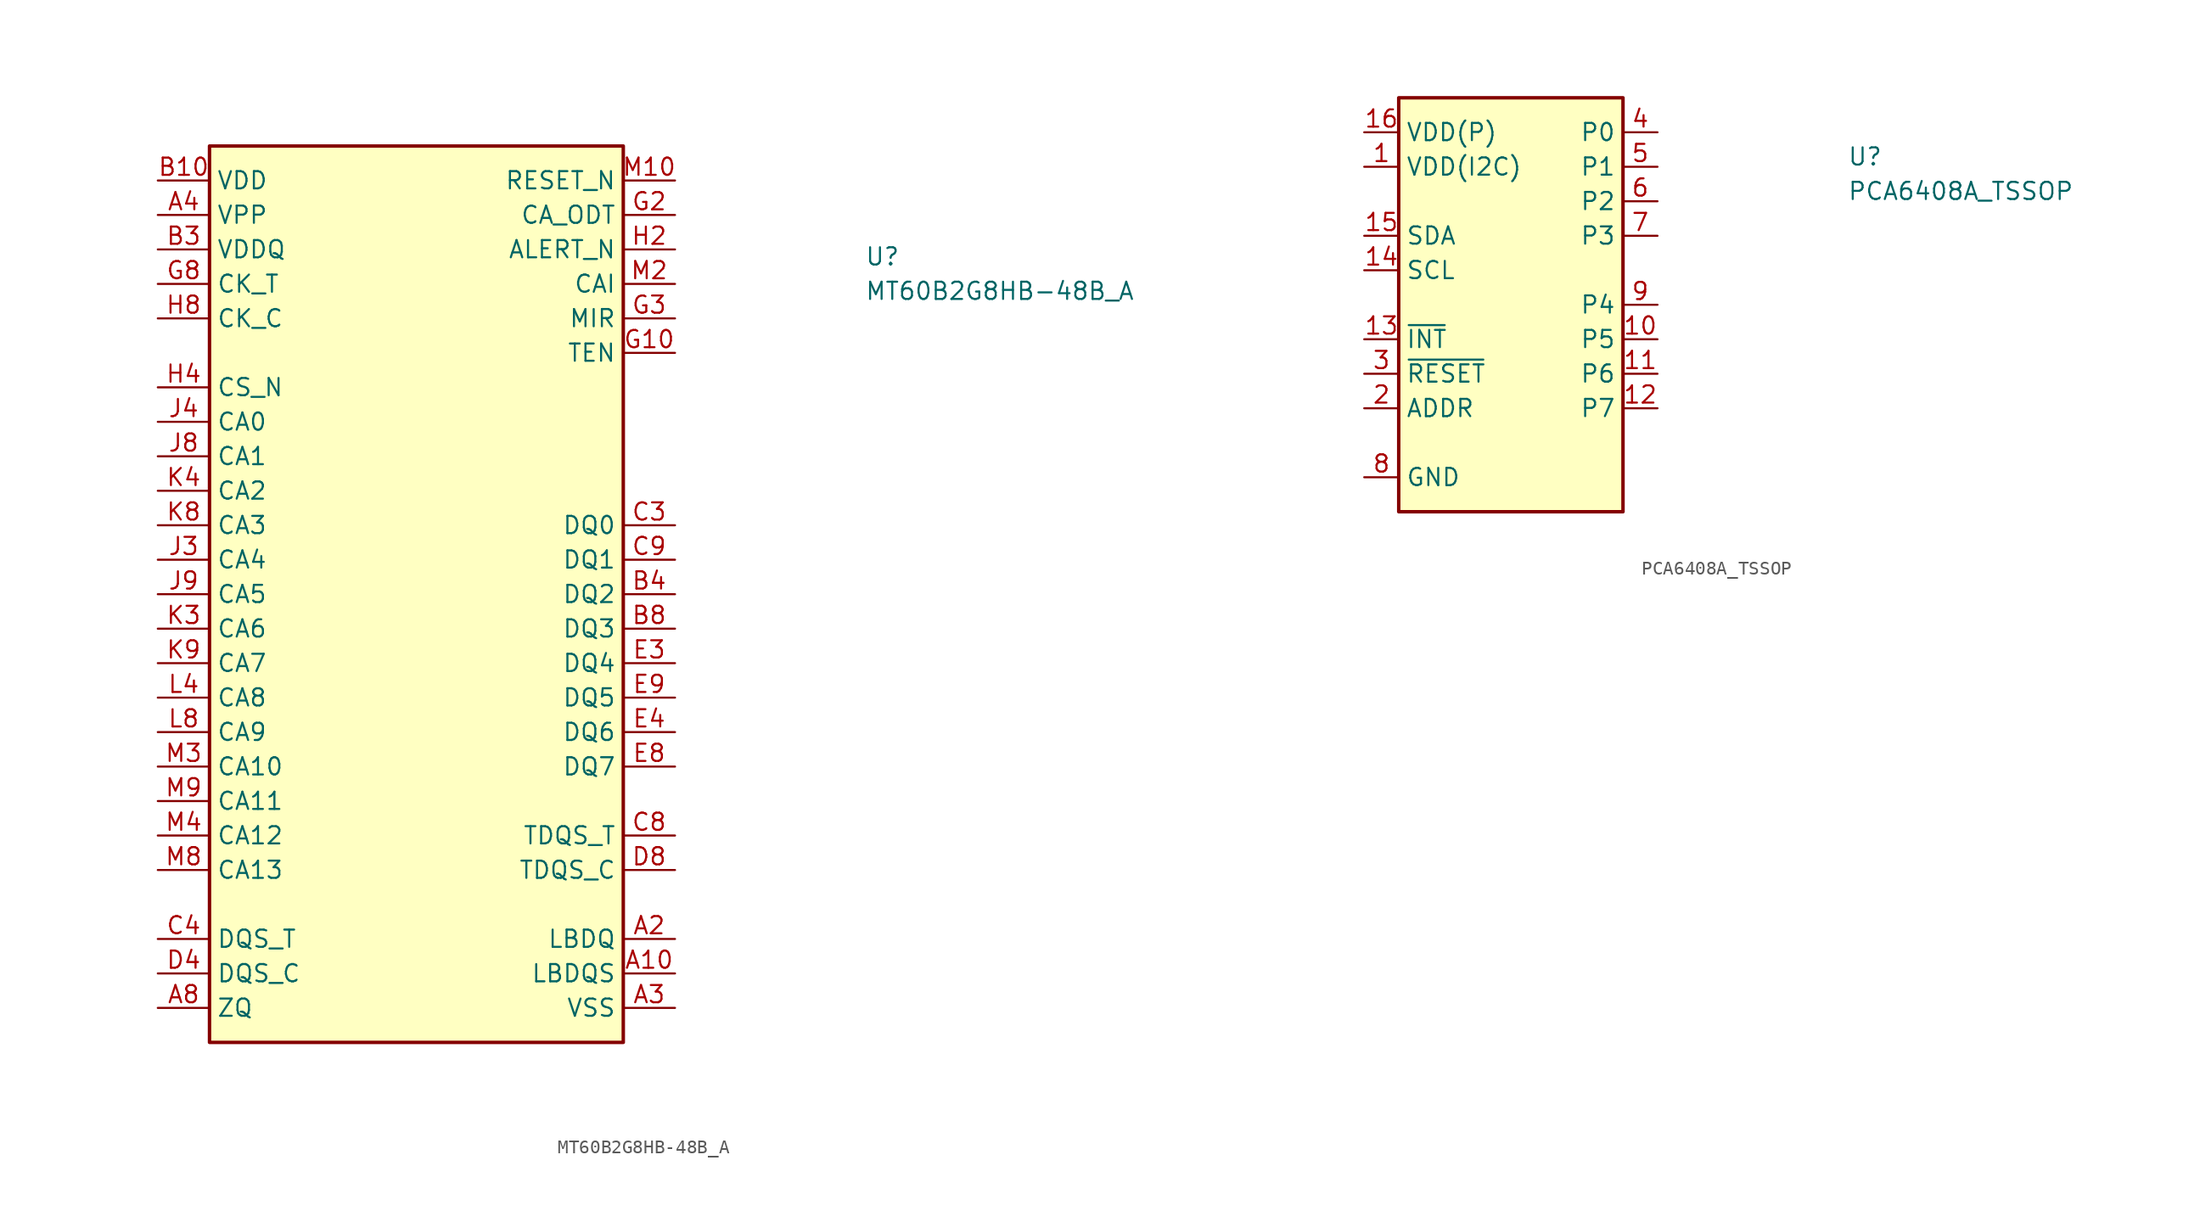
<source format=kicad_sym>
(kicad_symbol_lib
  (version 20211014)
  (generator kicad_symbol_editor)
  (symbol "MT60B2G8HB-48B_A"
    (property "Reference" "U"
      (at 52.07 -6.35 0)
      (effects (font (size 1.27 1.27) (thickness 0.15)) (justify left bottom)))
    (property "Value" "MT60B2G8HB-48B_A"
      (at 52.07 -8.89 0)
      (effects (font (size 1.27 1.27) (thickness 0.15)) (justify left bottom)))
    (symbol "MT60B2G8HB-48B_A_1_1"
      (rectangle (start 3.81 -63.5) (end 34.29 2.54) (stroke (width 0.254) (type default) (color 0 0 0 0)) (fill (type background)))
      (pin no_connect line (at 34.29 -22.86 180) (length 3.81) hide (name "DNU" (effects (font (size 1.27 1.27)))) (number "A1" (effects (font (size 1.27 1.27)))))
      (pin input line (at 38.1 -58.42 180) (length 3.81) (name "LBDQS" (effects (font (size 1.27 1.27)))) (number "A10" (effects (font (size 1.27 1.27)))))
      (pin no_connect line (at 34.29 -20.32 180) (length 3.81) hide (name "DNU" (effects (font (size 1.27 1.27)))) (number "A11" (effects (font (size 1.27 1.27)))))
      (pin input line (at 38.1 -55.88 180) (length 3.81) (name "LBDQ" (effects (font (size 1.27 1.27)))) (number "A2" (effects (font (size 1.27 1.27)))))
      (pin passive line (at 38.1 -60.96 180) (length 3.81) (name "VSS" (effects (font (size 1.27 1.27)))) (number "A3" (effects (font (size 1.27 1.27)))))
      (pin power_in line (at 0 -2.54 0) (length 3.81) (name "VPP" (effects (font (size 1.27 1.27)))) (number "A4" (effects (font (size 1.27 1.27)))))
      (pin input line (at 0 -60.96 0) (length 3.81) (name "ZQ" (effects (font (size 1.27 1.27)))) (number "A8" (effects (font (size 1.27 1.27)))))
      (pin passive line (at 38.1 -60.96 180) (length 3.81) hide (name "VSS" (effects (font (size 1.27 1.27)))) (number "A9" (effects (font (size 1.27 1.27)))))
      (pin power_in line (at 0 0 0) (length 3.81) (name "VDD" (effects (font (size 1.27 1.27)))) (number "B10" (effects (font (size 1.27 1.27)))))
      (pin power_in line (at 0 0 0) (length 3.81) hide (name "VDD" (effects (font (size 1.27 1.27)))) (number "B2" (effects (font (size 1.27 1.27)))))
      (pin power_in line (at 0 -5.08 0) (length 3.81) (name "VDDQ" (effects (font (size 1.27 1.27)))) (number "B3" (effects (font (size 1.27 1.27)))))
      (pin bidirectional line (at 38.1 -30.48 180) (length 3.81) (name "DQ2" (effects (font (size 1.27 1.27)))) (number "B4" (effects (font (size 1.27 1.27)))))
      (pin bidirectional line (at 38.1 -33.02 180) (length 3.81) (name "DQ3" (effects (font (size 1.27 1.27)))) (number "B8" (effects (font (size 1.27 1.27)))))
      (pin power_in line (at 0 -5.08 0) (length 3.81) hide (name "VDDQ" (effects (font (size 1.27 1.27)))) (number "B9" (effects (font (size 1.27 1.27)))))
      (pin passive line (at 38.1 -60.96 180) (length 3.81) hide (name "VSS" (effects (font (size 1.27 1.27)))) (number "C10" (effects (font (size 1.27 1.27)))))
      (pin passive line (at 38.1 -60.96 180) (length 3.81) hide (name "VSS" (effects (font (size 1.27 1.27)))) (number "C2" (effects (font (size 1.27 1.27)))))
      (pin bidirectional line (at 38.1 -25.4 180) (length 3.81) (name "DQ0" (effects (font (size 1.27 1.27)))) (number "C3" (effects (font (size 1.27 1.27)))))
      (pin bidirectional line (at 0 -55.88 0) (length 3.81) (name "DQS_T" (effects (font (size 1.27 1.27)))) (number "C4" (effects (font (size 1.27 1.27)))))
      (pin output line (at 38.1 -48.26 180) (length 3.81) (name "TDQS_T" (effects (font (size 1.27 1.27)))) (number "C8" (effects (font (size 1.27 1.27)))))
      (pin bidirectional line (at 38.1 -27.94 180) (length 3.81) (name "DQ1" (effects (font (size 1.27 1.27)))) (number "C9" (effects (font (size 1.27 1.27)))))
      (pin power_in line (at 0 -5.08 0) (length 3.81) hide (name "VDDQ" (effects (font (size 1.27 1.27)))) (number "D10" (effects (font (size 1.27 1.27)))))
      (pin power_in line (at 0 -5.08 0) (length 3.81) hide (name "VDDQ" (effects (font (size 1.27 1.27)))) (number "D2" (effects (font (size 1.27 1.27)))))
      (pin passive line (at 38.1 -60.96 180) (length 3.81) hide (name "VSS" (effects (font (size 1.27 1.27)))) (number "D3" (effects (font (size 1.27 1.27)))))
      (pin bidirectional line (at 0 -58.42 0) (length 3.81) (name "DQS_C" (effects (font (size 1.27 1.27)))) (number "D4" (effects (font (size 1.27 1.27)))))
      (pin output line (at 38.1 -50.8 180) (length 3.81) (name "TDQS_C" (effects (font (size 1.27 1.27)))) (number "D8" (effects (font (size 1.27 1.27)))))
      (pin passive line (at 38.1 -60.96 180) (length 3.81) hide (name "VSS" (effects (font (size 1.27 1.27)))) (number "D9" (effects (font (size 1.27 1.27)))))
      (pin power_in line (at 0 0 0) (length 3.81) hide (name "VDD" (effects (font (size 1.27 1.27)))) (number "E10" (effects (font (size 1.27 1.27)))))
      (pin power_in line (at 0 0 0) (length 3.81) hide (name "VDD" (effects (font (size 1.27 1.27)))) (number "E2" (effects (font (size 1.27 1.27)))))
      (pin bidirectional line (at 38.1 -35.56 180) (length 3.81) (name "DQ4" (effects (font (size 1.27 1.27)))) (number "E3" (effects (font (size 1.27 1.27)))))
      (pin bidirectional line (at 38.1 -40.64 180) (length 3.81) (name "DQ6" (effects (font (size 1.27 1.27)))) (number "E4" (effects (font (size 1.27 1.27)))))
      (pin bidirectional line (at 38.1 -43.18 180) (length 3.81) (name "DQ7" (effects (font (size 1.27 1.27)))) (number "E8" (effects (font (size 1.27 1.27)))))
      (pin bidirectional line (at 38.1 -38.1 180) (length 3.81) (name "DQ5" (effects (font (size 1.27 1.27)))) (number "E9" (effects (font (size 1.27 1.27)))))
      (pin passive line (at 38.1 -60.96 180) (length 3.81) hide (name "VSS" (effects (font (size 1.27 1.27)))) (number "F10" (effects (font (size 1.27 1.27)))))
      (pin passive line (at 38.1 -60.96 180) (length 3.81) hide (name "VSS" (effects (font (size 1.27 1.27)))) (number "F2" (effects (font (size 1.27 1.27)))))
      (pin power_in line (at 0 -5.08 0) (length 3.81) hide (name "VDDQ" (effects (font (size 1.27 1.27)))) (number "F3" (effects (font (size 1.27 1.27)))))
      (pin passive line (at 38.1 -60.96 180) (length 3.81) hide (name "VSS" (effects (font (size 1.27 1.27)))) (number "F4" (effects (font (size 1.27 1.27)))))
      (pin passive line (at 38.1 -60.96 180) (length 3.81) hide (name "VSS" (effects (font (size 1.27 1.27)))) (number "F8" (effects (font (size 1.27 1.27)))))
      (pin power_in line (at 0 -5.08 0) (length 3.81) hide (name "VDDQ" (effects (font (size 1.27 1.27)))) (number "F9" (effects (font (size 1.27 1.27)))))
      (pin input line (at 38.1 -12.7 180) (length 3.81) (name "TEN" (effects (font (size 1.27 1.27)))) (number "G10" (effects (font (size 1.27 1.27)))))
      (pin input line (at 38.1 -2.54 180) (length 3.81) (name "CA_ODT" (effects (font (size 1.27 1.27)))) (number "G2" (effects (font (size 1.27 1.27)))))
      (pin input line (at 38.1 -10.16 180) (length 3.81) (name "MIR" (effects (font (size 1.27 1.27)))) (number "G3" (effects (font (size 1.27 1.27)))))
      (pin power_in line (at 0 0 0) (length 3.81) hide (name "VDD" (effects (font (size 1.27 1.27)))) (number "G4" (effects (font (size 1.27 1.27)))))
      (pin input line (at 0 -7.62 0) (length 3.81) (name "CK_T" (effects (font (size 1.27 1.27)))) (number "G8" (effects (font (size 1.27 1.27)))))
      (pin power_in line (at 0 -5.08 0) (length 3.81) hide (name "VDDQ" (effects (font (size 1.27 1.27)))) (number "G9" (effects (font (size 1.27 1.27)))))
      (pin power_in line (at 0 0 0) (length 3.81) hide (name "VDD" (effects (font (size 1.27 1.27)))) (number "H10" (effects (font (size 1.27 1.27)))))
      (pin bidirectional line (at 38.1 -5.08 180) (length 3.81) (name "ALERT_N" (effects (font (size 1.27 1.27)))) (number "H2" (effects (font (size 1.27 1.27)))))
      (pin passive line (at 38.1 -60.96 180) (length 3.81) hide (name "VSS" (effects (font (size 1.27 1.27)))) (number "H3" (effects (font (size 1.27 1.27)))))
      (pin input line (at 0 -15.24 0) (length 3.81) (name "CS_N" (effects (font (size 1.27 1.27)))) (number "H4" (effects (font (size 1.27 1.27)))))
      (pin input line (at 0 -10.16 0) (length 3.81) (name "CK_C" (effects (font (size 1.27 1.27)))) (number "H8" (effects (font (size 1.27 1.27)))))
      (pin passive line (at 38.1 -60.96 180) (length 3.81) hide (name "VSS" (effects (font (size 1.27 1.27)))) (number "H9" (effects (font (size 1.27 1.27)))))
      (pin power_in line (at 0 -5.08 0) (length 3.81) hide (name "VDDQ" (effects (font (size 1.27 1.27)))) (number "J10" (effects (font (size 1.27 1.27)))))
      (pin power_in line (at 0 -5.08 0) (length 3.81) hide (name "VDDQ" (effects (font (size 1.27 1.27)))) (number "J2" (effects (font (size 1.27 1.27)))))
      (pin bidirectional line (at 0 -27.94 0) (length 3.81) (name "CA4" (effects (font (size 1.27 1.27)))) (number "J3" (effects (font (size 1.27 1.27)))))
      (pin bidirectional line (at 0 -17.78 0) (length 3.81) (name "CA0" (effects (font (size 1.27 1.27)))) (number "J4" (effects (font (size 1.27 1.27)))))
      (pin bidirectional line (at 0 -20.32 0) (length 3.81) (name "CA1" (effects (font (size 1.27 1.27)))) (number "J8" (effects (font (size 1.27 1.27)))))
      (pin bidirectional line (at 0 -30.48 0) (length 3.81) (name "CA5" (effects (font (size 1.27 1.27)))) (number "J9" (effects (font (size 1.27 1.27)))))
      (pin power_in line (at 0 0 0) (length 3.81) hide (name "VDD" (effects (font (size 1.27 1.27)))) (number "K10" (effects (font (size 1.27 1.27)))))
      (pin power_in line (at 0 0 0) (length 3.81) hide (name "VDD" (effects (font (size 1.27 1.27)))) (number "K2" (effects (font (size 1.27 1.27)))))
      (pin bidirectional line (at 0 -33.02 0) (length 3.81) (name "CA6" (effects (font (size 1.27 1.27)))) (number "K3" (effects (font (size 1.27 1.27)))))
      (pin bidirectional line (at 0 -22.86 0) (length 3.81) (name "CA2" (effects (font (size 1.27 1.27)))) (number "K4" (effects (font (size 1.27 1.27)))))
      (pin bidirectional line (at 0 -25.4 0) (length 3.81) (name "CA3" (effects (font (size 1.27 1.27)))) (number "K8" (effects (font (size 1.27 1.27)))))
      (pin bidirectional line (at 0 -35.56 0) (length 3.81) (name "CA7" (effects (font (size 1.27 1.27)))) (number "K9" (effects (font (size 1.27 1.27)))))
      (pin power_in line (at 0 -5.08 0) (length 3.81) hide (name "VDDQ" (effects (font (size 1.27 1.27)))) (number "L10" (effects (font (size 1.27 1.27)))))
      (pin power_in line (at 0 -5.08 0) (length 3.81) hide (name "VDDQ" (effects (font (size 1.27 1.27)))) (number "L2" (effects (font (size 1.27 1.27)))))
      (pin passive line (at 38.1 -60.96 180) (length 3.81) hide (name "VSS" (effects (font (size 1.27 1.27)))) (number "L3" (effects (font (size 1.27 1.27)))))
      (pin bidirectional line (at 0 -38.1 0) (length 3.81) (name "CA8" (effects (font (size 1.27 1.27)))) (number "L4" (effects (font (size 1.27 1.27)))))
      (pin bidirectional line (at 0 -40.64 0) (length 3.81) (name "CA9" (effects (font (size 1.27 1.27)))) (number "L8" (effects (font (size 1.27 1.27)))))
      (pin passive line (at 38.1 -60.96 180) (length 3.81) hide (name "VSS" (effects (font (size 1.27 1.27)))) (number "L9" (effects (font (size 1.27 1.27)))))
      (pin input line (at 38.1 0 180) (length 3.81) (name "RESET_N" (effects (font (size 1.27 1.27)))) (number "M10" (effects (font (size 1.27 1.27)))))
      (pin input line (at 38.1 -7.62 180) (length 3.81) (name "CAI" (effects (font (size 1.27 1.27)))) (number "M2" (effects (font (size 1.27 1.27)))))
      (pin bidirectional line (at 0 -43.18 0) (length 3.81) (name "CA10" (effects (font (size 1.27 1.27)))) (number "M3" (effects (font (size 1.27 1.27)))))
      (pin bidirectional line (at 0 -48.26 0) (length 3.81) (name "CA12" (effects (font (size 1.27 1.27)))) (number "M4" (effects (font (size 1.27 1.27)))))
      (pin bidirectional line (at 0 -50.8 0) (length 3.81) (name "CA13" (effects (font (size 1.27 1.27)))) (number "M8" (effects (font (size 1.27 1.27)))))
      (pin bidirectional line (at 0 -45.72 0) (length 3.81) (name "CA11" (effects (font (size 1.27 1.27)))) (number "M9" (effects (font (size 1.27 1.27)))))
      (pin no_connect line (at 34.29 -17.78 180) (length 3.81) hide (name "DNU" (effects (font (size 1.27 1.27)))) (number "N1" (effects (font (size 1.27 1.27)))))
      (pin power_in line (at 0 0 0) (length 3.81) hide (name "VDD" (effects (font (size 1.27 1.27)))) (number "N10" (effects (font (size 1.27 1.27)))))
      (pin no_connect line (at 34.29 -15.24 180) (length 3.81) hide (name "DNU" (effects (font (size 1.27 1.27)))) (number "N11" (effects (font (size 1.27 1.27)))))
      (pin power_in line (at 0 0 0) (length 3.81) hide (name "VDD" (effects (font (size 1.27 1.27)))) (number "N2" (effects (font (size 1.27 1.27)))))
      (pin passive line (at 38.1 -60.96 180) (length 3.81) hide (name "VSS" (effects (font (size 1.27 1.27)))) (number "N3" (effects (font (size 1.27 1.27)))))
      (pin power_in line (at 0 0 0) (length 3.81) hide (name "VDD" (effects (font (size 1.27 1.27)))) (number "N4" (effects (font (size 1.27 1.27)))))
      (pin power_in line (at 0 -2.54 0) (length 3.81) hide (name "VPP" (effects (font (size 1.27 1.27)))) (number "N8" (effects (font (size 1.27 1.27)))))
      (pin passive line (at 38.1 -60.96 180) (length 3.81) hide (name "VSS" (effects (font (size 1.27 1.27)))) (number "N9" (effects (font (size 1.27 1.27)))))))
  (symbol "PCA6408A_TSSOP"
    (property "Reference" "U"
      (at 35.56 -2.54 0)
      (effects (font (size 1.27 1.27) (thickness 0.15)) (justify left bottom)))
    (property "Value" "PCA6408A_TSSOP"
      (at 35.56 -5.08 0)
      (effects (font (size 1.27 1.27) (thickness 0.15)) (justify left bottom)))
    (symbol "PCA6408A_TSSOP_1_1"
      (rectangle (start 2.54 2.54) (end 19.05 -27.94) (stroke (width 0.254) (type default) (color 0 0 0 0)) (fill (type background)))
      (pin power_in line (at 0 -2.54 0) (length 2.54) (name "VDD(I2C)" (effects (font (size 1.27 1.27)))) (number "1" (effects (font (size 1.27 1.27)))))
      (pin bidirectional line (at 21.59 -15.24 180) (length 2.54) (name "P5" (effects (font (size 1.27 1.27)))) (number "10" (effects (font (size 1.27 1.27)))))
      (pin bidirectional line (at 21.59 -17.78 180) (length 2.54) (name "P6" (effects (font (size 1.27 1.27)))) (number "11" (effects (font (size 1.27 1.27)))))
      (pin bidirectional line (at 21.59 -20.32 180) (length 2.54) (name "P7" (effects (font (size 1.27 1.27)))) (number "12" (effects (font (size 1.27 1.27)))))
      (pin open_collector line (at 0 -15.24 0) (length 2.54) (name "~{INT}" (effects (font (size 1.27 1.27)))) (number "13" (effects (font (size 1.27 1.27)))))
      (pin open_collector line (at 0 -10.16 0) (length 2.54) (name "SCL" (effects (font (size 1.27 1.27)))) (number "14" (effects (font (size 1.27 1.27)))))
      (pin open_collector line (at 0 -7.62 0) (length 2.54) (name "SDA" (effects (font (size 1.27 1.27)))) (number "15" (effects (font (size 1.27 1.27)))))
      (pin power_in line (at 0 0 0) (length 2.54) (name "VDD(P)" (effects (font (size 1.27 1.27)))) (number "16" (effects (font (size 1.27 1.27)))))
      (pin input line (at 0 -20.32 0) (length 2.54) (name "ADDR" (effects (font (size 1.27 1.27)))) (number "2" (effects (font (size 1.27 1.27)))))
      (pin input line (at 0 -17.78 0) (length 2.54) (name "~{RESET}" (effects (font (size 1.27 1.27)))) (number "3" (effects (font (size 1.27 1.27)))))
      (pin bidirectional line (at 21.59 0 180) (length 2.54) (name "P0" (effects (font (size 1.27 1.27)))) (number "4" (effects (font (size 1.27 1.27)))))
      (pin bidirectional line (at 21.59 -2.54 180) (length 2.54) (name "P1" (effects (font (size 1.27 1.27)))) (number "5" (effects (font (size 1.27 1.27)))))
      (pin bidirectional line (at 21.59 -5.08 180) (length 2.54) (name "P2" (effects (font (size 1.27 1.27)))) (number "6" (effects (font (size 1.27 1.27)))))
      (pin bidirectional line (at 21.59 -7.62 180) (length 2.54) (name "P3" (effects (font (size 1.27 1.27)))) (number "7" (effects (font (size 1.27 1.27)))))
      (pin power_in line (at 0 -25.4 0) (length 2.54) (name "GND" (effects (font (size 1.27 1.27)))) (number "8" (effects (font (size 1.27 1.27)))))
      (pin bidirectional line (at 21.59 -12.7 180) (length 2.54) (name "P4" (effects (font (size 1.27 1.27)))) (number "9" (effects (font (size 1.27 1.27))))))))
</source>
